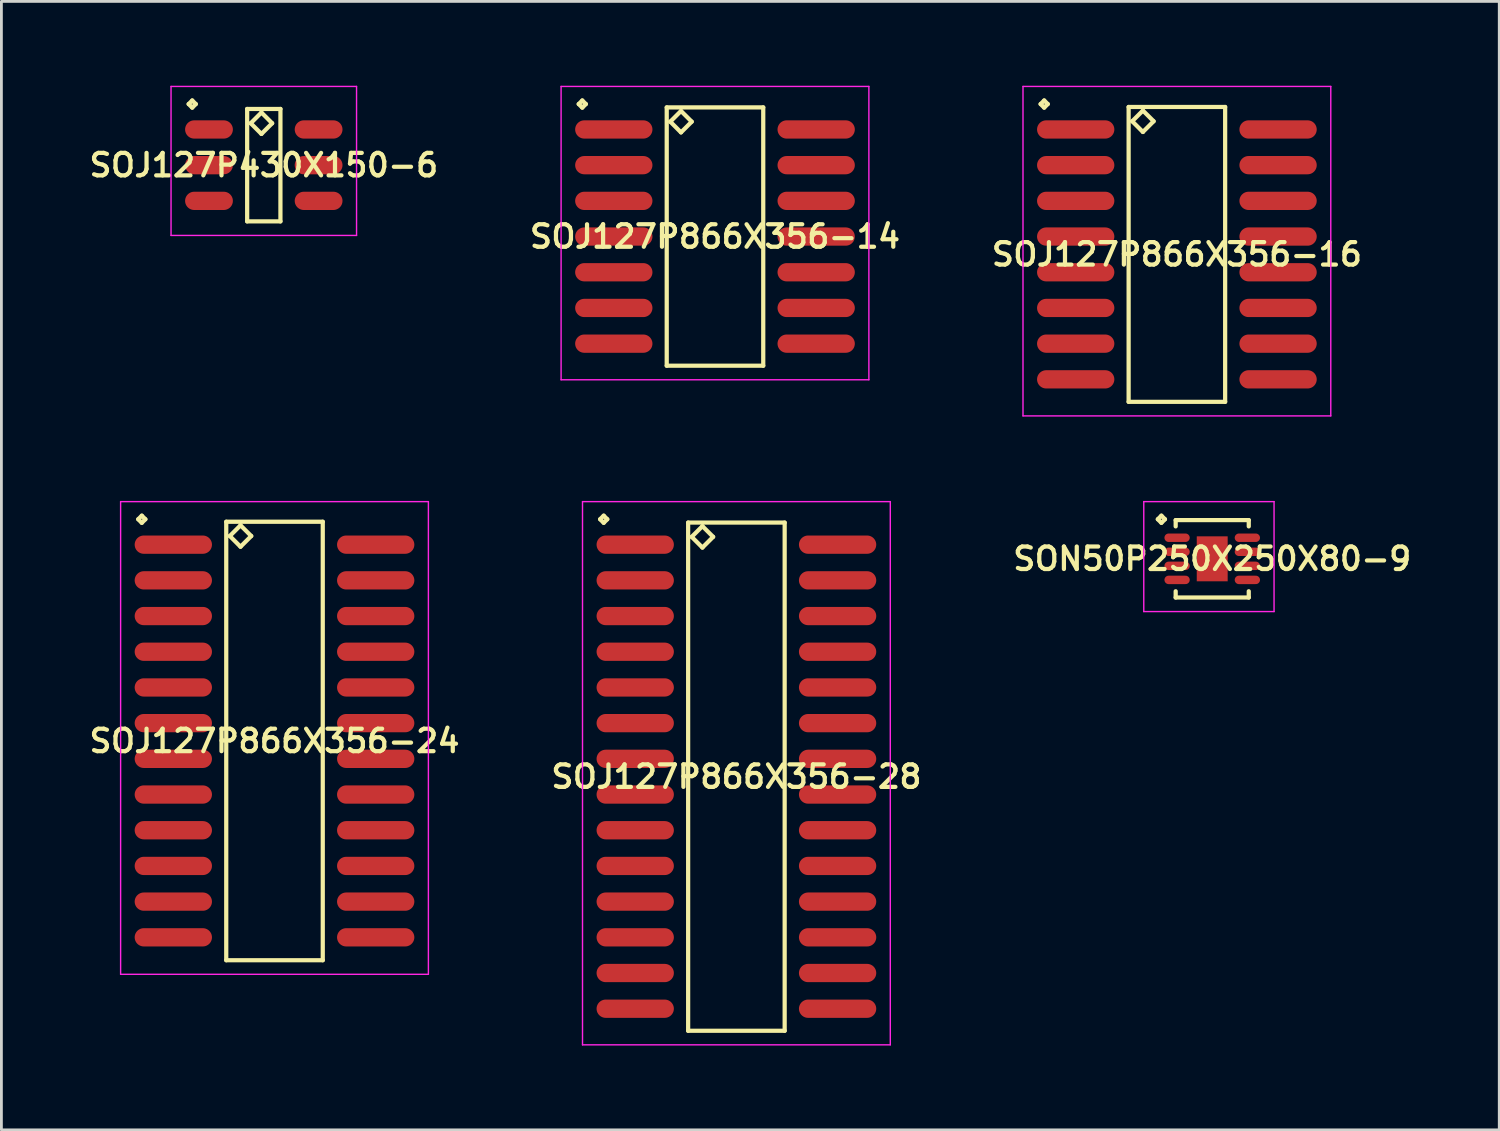
<source format=kicad_pcb>
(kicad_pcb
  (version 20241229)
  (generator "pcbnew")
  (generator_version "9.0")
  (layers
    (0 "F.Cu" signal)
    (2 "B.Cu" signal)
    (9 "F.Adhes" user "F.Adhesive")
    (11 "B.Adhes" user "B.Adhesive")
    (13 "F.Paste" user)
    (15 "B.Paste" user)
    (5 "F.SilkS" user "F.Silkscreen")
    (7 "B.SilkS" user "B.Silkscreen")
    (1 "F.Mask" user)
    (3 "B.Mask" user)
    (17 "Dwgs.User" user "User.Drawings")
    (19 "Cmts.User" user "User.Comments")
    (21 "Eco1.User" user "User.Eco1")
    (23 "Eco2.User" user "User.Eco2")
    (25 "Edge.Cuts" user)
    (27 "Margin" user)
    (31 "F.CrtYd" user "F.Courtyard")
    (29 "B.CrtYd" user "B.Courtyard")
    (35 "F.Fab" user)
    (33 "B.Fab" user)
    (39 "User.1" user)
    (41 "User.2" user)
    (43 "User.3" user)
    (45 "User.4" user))
  (footprint "SOJ127P866X356-28"
    (layer "F.Cu")
    (at 23.149 24.582)
    (property "Reference" "SOJ127P866X356-28" (at 0 0 0) (layer "F.SilkS") (effects (font (size 0.8 0.8) (thickness 0.15))))
    (attr smd)
    (fp_line (start -4.848 -9.159) (end -4.721 -9.286) (stroke (width 0.15) (type solid)) (layer "F.SilkS"))
    (fp_line (start -4.721 -9.286) (end -4.594 -9.159) (stroke (width 0.15) (type solid)) (layer "F.SilkS"))
    (fp_line (start -4.721 -9.032) (end -4.848 -9.159) (stroke (width 0.15) (type solid)) (layer "F.SilkS"))
    (fp_line (start -4.594 -9.159) (end -4.721 -9.032) (stroke (width 0.15) (type solid)) (layer "F.SilkS"))
    (fp_line (start -1.717 -9.04) (end -1.717 9.04) (stroke (width 0.15) (type solid)) (layer "F.SilkS"))
    (fp_line (start -1.717 9.04) (end 1.717 9.04) (stroke (width 0.15) (type solid)) (layer "F.SilkS"))
    (fp_line (start -1.59 -8.532) (end -1.209 -8.913) (stroke (width 0.15) (type solid)) (layer "F.SilkS"))
    (fp_line (start -1.209 -8.913) (end -0.828 -8.532) (stroke (width 0.15) (type solid)) (layer "F.SilkS"))
    (fp_line (start -1.209 -8.151) (end -1.59 -8.532) (stroke (width 0.15) (type solid)) (layer "F.SilkS"))
    (fp_line (start -0.828 -8.532) (end -1.209 -8.151) (stroke (width 0.15) (type solid)) (layer "F.SilkS"))
    (fp_line (start 1.717 -9.04) (end -1.717 -9.04) (stroke (width 0.15) (type solid)) (layer "F.SilkS"))
    (fp_line (start 1.717 9.04) (end 1.717 -9.04) (stroke (width 0.15) (type solid)) (layer "F.SilkS"))
    (fp_line (start -5.475 -9.786) (end 5.475 -9.786) (stroke (width 0.05) (type solid)) (layer "F.CrtYd"))
    (fp_line (start -5.475 9.54) (end -5.475 -9.786) (stroke (width 0.05) (type solid)) (layer "F.CrtYd"))
    (fp_line (start 5.475 -9.786) (end 5.475 9.54) (stroke (width 0.05) (type solid)) (layer "F.CrtYd"))
    (fp_line (start 5.475 9.54) (end -5.475 9.54) (stroke (width 0.05) (type solid)) (layer "F.CrtYd"))
    (pad "1" smd oval (at -3.6 -8.255) (size 2.75 0.65) (layers "F.Cu" "F.Mask" "F.Paste"))
    (pad "2" smd oval (at -3.6 -6.985) (size 2.75 0.65) (layers "F.Cu" "F.Mask" "F.Paste"))
    (pad "3" smd oval (at -3.6 -5.715) (size 2.75 0.65) (layers "F.Cu" "F.Mask" "F.Paste"))
    (pad "4" smd oval (at -3.6 -4.445) (size 2.75 0.65) (layers "F.Cu" "F.Mask" "F.Paste"))
    (pad "5" smd oval (at -3.6 -3.175) (size 2.75 0.65) (layers "F.Cu" "F.Mask" "F.Paste"))
    (pad "6" smd oval (at -3.6 -1.905) (size 2.75 0.65) (layers "F.Cu" "F.Mask" "F.Paste"))
    (pad "7" smd oval (at -3.6 -0.635) (size 2.75 0.65) (layers "F.Cu" "F.Mask" "F.Paste"))
    (pad "8" smd oval (at -3.6 0.635) (size 2.75 0.65) (layers "F.Cu" "F.Mask" "F.Paste"))
    (pad "9" smd oval (at -3.6 1.905) (size 2.75 0.65) (layers "F.Cu" "F.Mask" "F.Paste"))
    (pad "10" smd oval (at -3.6 3.175) (size 2.75 0.65) (layers "F.Cu" "F.Mask" "F.Paste"))
    (pad "11" smd oval (at -3.6 4.445) (size 2.75 0.65) (layers "F.Cu" "F.Mask" "F.Paste"))
    (pad "12" smd oval (at -3.6 5.715) (size 2.75 0.65) (layers "F.Cu" "F.Mask" "F.Paste"))
    (pad "13" smd oval (at -3.6 6.985) (size 2.75 0.65) (layers "F.Cu" "F.Mask" "F.Paste"))
    (pad "14" smd oval (at -3.6 8.255) (size 2.75 0.65) (layers "F.Cu" "F.Mask" "F.Paste"))
    (pad "15" smd oval (at 3.6 8.255) (size 2.75 0.65) (layers "F.Cu" "F.Mask" "F.Paste"))
    (pad "16" smd oval (at 3.6 6.985) (size 2.75 0.65) (layers "F.Cu" "F.Mask" "F.Paste"))
    (pad "17" smd oval (at 3.6 5.715) (size 2.75 0.65) (layers "F.Cu" "F.Mask" "F.Paste"))
    (pad "18" smd oval (at 3.6 4.445) (size 2.75 0.65) (layers "F.Cu" "F.Mask" "F.Paste"))
    (pad "19" smd oval (at 3.6 3.175) (size 2.75 0.65) (layers "F.Cu" "F.Mask" "F.Paste"))
    (pad "20" smd oval (at 3.6 1.905) (size 2.75 0.65) (layers "F.Cu" "F.Mask" "F.Paste"))
    (pad "21" smd oval (at 3.6 0.635) (size 2.75 0.65) (layers "F.Cu" "F.Mask" "F.Paste"))
    (pad "22" smd oval (at 3.6 -0.635) (size 2.75 0.65) (layers "F.Cu" "F.Mask" "F.Paste"))
    (pad "23" smd oval (at 3.6 -1.905) (size 2.75 0.65) (layers "F.Cu" "F.Mask" "F.Paste"))
    (pad "24" smd oval (at 3.6 -3.175) (size 2.75 0.65) (layers "F.Cu" "F.Mask" "F.Paste"))
    (pad "25" smd oval (at 3.6 -4.445) (size 2.75 0.65) (layers "F.Cu" "F.Mask" "F.Paste"))
    (pad "26" smd oval (at 3.6 -5.715) (size 2.75 0.65) (layers "F.Cu" "F.Mask" "F.Paste"))
    (pad "27" smd oval (at 3.6 -6.985) (size 2.75 0.65) (layers "F.Cu" "F.Mask" "F.Paste"))
    (pad "28" smd oval (at 3.6 -8.255) (size 2.75 0.65) (layers "F.Cu" "F.Mask" "F.Paste")))
  (footprint "SOJ127P866X356-16"
    (layer "F.Cu")
    (at 38.82 6.001)
    (property "Reference" "SOJ127P866X356-16" (at 0 0 0) (layer "F.SilkS") (effects (font (size 0.8 0.8) (thickness 0.15))))
    (attr smd)
    (fp_line (start -4.848 -5.349) (end -4.721 -5.476) (stroke (width 0.15) (type solid)) (layer "F.SilkS"))
    (fp_line (start -4.721 -5.476) (end -4.594 -5.349) (stroke (width 0.15) (type solid)) (layer "F.SilkS"))
    (fp_line (start -4.721 -5.222) (end -4.848 -5.349) (stroke (width 0.15) (type solid)) (layer "F.SilkS"))
    (fp_line (start -4.594 -5.349) (end -4.721 -5.222) (stroke (width 0.15) (type solid)) (layer "F.SilkS"))
    (fp_line (start -1.717 -5.245) (end -1.717 5.245) (stroke (width 0.15) (type solid)) (layer "F.SilkS"))
    (fp_line (start -1.717 5.245) (end 1.717 5.245) (stroke (width 0.15) (type solid)) (layer "F.SilkS"))
    (fp_line (start -1.59 -4.737) (end -1.209 -5.118) (stroke (width 0.15) (type solid)) (layer "F.SilkS"))
    (fp_line (start -1.209 -5.118) (end -0.828 -4.737) (stroke (width 0.15) (type solid)) (layer "F.SilkS"))
    (fp_line (start -1.209 -4.356) (end -1.59 -4.737) (stroke (width 0.15) (type solid)) (layer "F.SilkS"))
    (fp_line (start -0.828 -4.737) (end -1.209 -4.356) (stroke (width 0.15) (type solid)) (layer "F.SilkS"))
    (fp_line (start 1.717 -5.245) (end -1.717 -5.245) (stroke (width 0.15) (type solid)) (layer "F.SilkS"))
    (fp_line (start 1.717 5.245) (end 1.717 -5.245) (stroke (width 0.15) (type solid)) (layer "F.SilkS"))
    (fp_line (start -5.475 -5.976) (end 5.475 -5.976) (stroke (width 0.05) (type solid)) (layer "F.CrtYd"))
    (fp_line (start -5.475 5.745) (end -5.475 -5.976) (stroke (width 0.05) (type solid)) (layer "F.CrtYd"))
    (fp_line (start 5.475 -5.976) (end 5.475 5.745) (stroke (width 0.05) (type solid)) (layer "F.CrtYd"))
    (fp_line (start 5.475 5.745) (end -5.475 5.745) (stroke (width 0.05) (type solid)) (layer "F.CrtYd"))
    (pad "1" smd oval (at -3.6 -4.445) (size 2.75 0.65) (layers "F.Cu" "F.Mask" "F.Paste"))
    (pad "2" smd oval (at -3.6 -3.175) (size 2.75 0.65) (layers "F.Cu" "F.Mask" "F.Paste"))
    (pad "3" smd oval (at -3.6 -1.905) (size 2.75 0.65) (layers "F.Cu" "F.Mask" "F.Paste"))
    (pad "4" smd oval (at -3.6 -0.635) (size 2.75 0.65) (layers "F.Cu" "F.Mask" "F.Paste"))
    (pad "5" smd oval (at -3.6 0.635) (size 2.75 0.65) (layers "F.Cu" "F.Mask" "F.Paste"))
    (pad "6" smd oval (at -3.6 1.905) (size 2.75 0.65) (layers "F.Cu" "F.Mask" "F.Paste"))
    (pad "7" smd oval (at -3.6 3.175) (size 2.75 0.65) (layers "F.Cu" "F.Mask" "F.Paste"))
    (pad "8" smd oval (at -3.6 4.445) (size 2.75 0.65) (layers "F.Cu" "F.Mask" "F.Paste"))
    (pad "9" smd oval (at 3.6 4.445) (size 2.75 0.65) (layers "F.Cu" "F.Mask" "F.Paste"))
    (pad "10" smd oval (at 3.6 3.175) (size 2.75 0.65) (layers "F.Cu" "F.Mask" "F.Paste"))
    (pad "11" smd oval (at 3.6 1.905) (size 2.75 0.65) (layers "F.Cu" "F.Mask" "F.Paste"))
    (pad "12" smd oval (at 3.6 0.635) (size 2.75 0.65) (layers "F.Cu" "F.Mask" "F.Paste"))
    (pad "13" smd oval (at 3.6 -0.635) (size 2.75 0.65) (layers "F.Cu" "F.Mask" "F.Paste"))
    (pad "14" smd oval (at 3.6 -1.905) (size 2.75 0.65) (layers "F.Cu" "F.Mask" "F.Paste"))
    (pad "15" smd oval (at 3.6 -3.175) (size 2.75 0.65) (layers "F.Cu" "F.Mask" "F.Paste"))
    (pad "16" smd oval (at 3.6 -4.445) (size 2.75 0.65) (layers "F.Cu" "F.Mask" "F.Paste")))
  (footprint "SOJ127P430X150-6"
    (layer "F.Cu")
    (at 6.335 2.826)
    (property "Reference" "SOJ127P430X150-6" (at 0 0 0) (layer "F.SilkS") (effects (font (size 0.8 0.8) (thickness 0.15))))
    (attr smd)
    (fp_line (start -2.673 -2.174) (end -2.546 -2.301) (stroke (width 0.15) (type solid)) (layer "F.SilkS"))
    (fp_line (start -2.546 -2.301) (end -2.419 -2.174) (stroke (width 0.15) (type solid)) (layer "F.SilkS"))
    (fp_line (start -2.546 -2.047) (end -2.673 -2.174) (stroke (width 0.15) (type solid)) (layer "F.SilkS"))
    (fp_line (start -2.419 -2.174) (end -2.546 -2.047) (stroke (width 0.15) (type solid)) (layer "F.SilkS"))
    (fp_line (start -0.592 -2) (end -0.592 2) (stroke (width 0.15) (type solid)) (layer "F.SilkS"))
    (fp_line (start -0.592 2) (end 0.592 2) (stroke (width 0.15) (type solid)) (layer "F.SilkS"))
    (fp_line (start -0.465 -1.492) (end -0.084 -1.873) (stroke (width 0.15) (type solid)) (layer "F.SilkS"))
    (fp_line (start -0.084 -1.873) (end 0.297 -1.492) (stroke (width 0.15) (type solid)) (layer "F.SilkS"))
    (fp_line (start -0.084 -1.111) (end -0.465 -1.492) (stroke (width 0.15) (type solid)) (layer "F.SilkS"))
    (fp_line (start 0.297 -1.492) (end -0.084 -1.111) (stroke (width 0.15) (type solid)) (layer "F.SilkS"))
    (fp_line (start 0.592 -2) (end -0.592 -2) (stroke (width 0.15) (type solid)) (layer "F.SilkS"))
    (fp_line (start 0.592 2) (end 0.592 -2) (stroke (width 0.15) (type solid)) (layer "F.SilkS"))
    (fp_line (start -3.3 -2.801) (end 3.3 -2.801) (stroke (width 0.05) (type solid)) (layer "F.CrtYd"))
    (fp_line (start -3.3 2.5) (end -3.3 -2.801) (stroke (width 0.05) (type solid)) (layer "F.CrtYd"))
    (fp_line (start 3.3 -2.801) (end 3.3 2.5) (stroke (width 0.05) (type solid)) (layer "F.CrtYd"))
    (fp_line (start 3.3 2.5) (end -3.3 2.5) (stroke (width 0.05) (type solid)) (layer "F.CrtYd"))
    (pad "1" smd oval (at -1.95 -1.27) (size 1.7 0.65) (layers "F.Cu" "F.Mask" "F.Paste"))
    (pad "2" smd oval (at -1.95 0) (size 1.7 0.65) (layers "F.Cu" "F.Mask" "F.Paste"))
    (pad "3" smd oval (at -1.95 1.27) (size 1.7 0.65) (layers "F.Cu" "F.Mask" "F.Paste"))
    (pad "4" smd oval (at 1.95 1.27) (size 1.7 0.65) (layers "F.Cu" "F.Mask" "F.Paste"))
    (pad "5" smd oval (at 1.95 0) (size 1.7 0.65) (layers "F.Cu" "F.Mask" "F.Paste"))
    (pad "6" smd oval (at 1.95 -1.27) (size 1.7 0.65) (layers "F.Cu" "F.Mask" "F.Paste")))
  (footprint "SOJ127P866X356-14"
    (layer "F.Cu")
    (at 22.387 5.366)
    (property "Reference" "SOJ127P866X356-14" (at 0 0 0) (layer "F.SilkS") (effects (font (size 0.8 0.8) (thickness 0.15))))
    (attr smd)
    (fp_line (start -4.848 -4.714) (end -4.721 -4.841) (stroke (width 0.15) (type solid)) (layer "F.SilkS"))
    (fp_line (start -4.721 -4.841) (end -4.594 -4.714) (stroke (width 0.15) (type solid)) (layer "F.SilkS"))
    (fp_line (start -4.721 -4.587) (end -4.848 -4.714) (stroke (width 0.15) (type solid)) (layer "F.SilkS"))
    (fp_line (start -4.594 -4.714) (end -4.721 -4.587) (stroke (width 0.15) (type solid)) (layer "F.SilkS"))
    (fp_line (start -1.717 -4.595) (end -1.717 4.595) (stroke (width 0.15) (type solid)) (layer "F.SilkS"))
    (fp_line (start -1.717 4.595) (end 1.717 4.595) (stroke (width 0.15) (type solid)) (layer "F.SilkS"))
    (fp_line (start -1.59 -4.087) (end -1.209 -4.468) (stroke (width 0.15) (type solid)) (layer "F.SilkS"))
    (fp_line (start -1.209 -4.468) (end -0.828 -4.087) (stroke (width 0.15) (type solid)) (layer "F.SilkS"))
    (fp_line (start -1.209 -3.706) (end -1.59 -4.087) (stroke (width 0.15) (type solid)) (layer "F.SilkS"))
    (fp_line (start -0.828 -4.087) (end -1.209 -3.706) (stroke (width 0.15) (type solid)) (layer "F.SilkS"))
    (fp_line (start 1.717 -4.595) (end -1.717 -4.595) (stroke (width 0.15) (type solid)) (layer "F.SilkS"))
    (fp_line (start 1.717 4.595) (end 1.717 -4.595) (stroke (width 0.15) (type solid)) (layer "F.SilkS"))
    (fp_line (start -5.475 -5.341) (end 5.475 -5.341) (stroke (width 0.05) (type solid)) (layer "F.CrtYd"))
    (fp_line (start -5.475 5.095) (end -5.475 -5.341) (stroke (width 0.05) (type solid)) (layer "F.CrtYd"))
    (fp_line (start 5.475 -5.341) (end 5.475 5.095) (stroke (width 0.05) (type solid)) (layer "F.CrtYd"))
    (fp_line (start 5.475 5.095) (end -5.475 5.095) (stroke (width 0.05) (type solid)) (layer "F.CrtYd"))
    (pad "1" smd oval (at -3.6 -3.81) (size 2.75 0.65) (layers "F.Cu" "F.Mask" "F.Paste"))
    (pad "2" smd oval (at -3.6 -2.54) (size 2.75 0.65) (layers "F.Cu" "F.Mask" "F.Paste"))
    (pad "3" smd oval (at -3.6 -1.27) (size 2.75 0.65) (layers "F.Cu" "F.Mask" "F.Paste"))
    (pad "4" smd oval (at -3.6 0) (size 2.75 0.65) (layers "F.Cu" "F.Mask" "F.Paste"))
    (pad "5" smd oval (at -3.6 1.27) (size 2.75 0.65) (layers "F.Cu" "F.Mask" "F.Paste"))
    (pad "6" smd oval (at -3.6 2.54) (size 2.75 0.65) (layers "F.Cu" "F.Mask" "F.Paste"))
    (pad "7" smd oval (at -3.6 3.81) (size 2.75 0.65) (layers "F.Cu" "F.Mask" "F.Paste"))
    (pad "8" smd oval (at 3.6 3.81) (size 2.75 0.65) (layers "F.Cu" "F.Mask" "F.Paste"))
    (pad "9" smd oval (at 3.6 2.54) (size 2.75 0.65) (layers "F.Cu" "F.Mask" "F.Paste"))
    (pad "10" smd oval (at 3.6 1.27) (size 2.75 0.65) (layers "F.Cu" "F.Mask" "F.Paste"))
    (pad "11" smd oval (at 3.6 0) (size 2.75 0.65) (layers "F.Cu" "F.Mask" "F.Paste"))
    (pad "12" smd oval (at 3.6 -1.27) (size 2.75 0.65) (layers "F.Cu" "F.Mask" "F.Paste"))
    (pad "13" smd oval (at 3.6 -2.54) (size 2.75 0.65) (layers "F.Cu" "F.Mask" "F.Paste"))
    (pad "14" smd oval (at 3.6 -3.81) (size 2.75 0.65) (layers "F.Cu" "F.Mask" "F.Paste")))
  (footprint "SON50P250X250X80-9"
    (layer "F.Cu")
    (at 40.077 16.831)
    (property "Reference" "SON50P250X250X80-9" (at 0 0 0) (layer "F.SilkS") (effects (font (size 0.8 0.8) (thickness 0.15))))
    (attr smd)
    (fp_line (start -1.935 -1.408) (end -1.808 -1.535) (stroke (width 0.15) (type solid)) (layer "F.SilkS"))
    (fp_line (start -1.808 -1.535) (end -1.681 -1.408) (stroke (width 0.15) (type solid)) (layer "F.SilkS"))
    (fp_line (start -1.808 -1.281) (end -1.935 -1.408) (stroke (width 0.15) (type solid)) (layer "F.SilkS"))
    (fp_line (start -1.681 -1.408) (end -1.808 -1.281) (stroke (width 0.15) (type solid)) (layer "F.SilkS"))
    (fp_line (start -1.3 -1.377) (end 1.3 -1.377) (stroke (width 0.15) (type solid)) (layer "F.SilkS"))
    (fp_line (start -1.3 -1.154) (end -1.3 -1.377) (stroke (width 0.15) (type solid)) (layer "F.SilkS"))
    (fp_line (start -1.3 1.154) (end -1.3 1.377) (stroke (width 0.15) (type solid)) (layer "F.SilkS"))
    (fp_line (start -1.3 1.377) (end 1.3 1.377) (stroke (width 0.15) (type solid)) (layer "F.SilkS"))
    (fp_line (start 1.3 -1.377) (end 1.3 -1.154) (stroke (width 0.15) (type solid)) (layer "F.SilkS"))
    (fp_line (start 1.3 1.377) (end 1.3 1.154) (stroke (width 0.15) (type solid)) (layer "F.SilkS"))
    (fp_line (start -2.435 -2.035) (end 2.2 -2.035) (stroke (width 0.05) (type solid)) (layer "F.CrtYd"))
    (fp_line (start -2.435 1.877) (end -2.435 -2.035) (stroke (width 0.05) (type solid)) (layer "F.CrtYd"))
    (fp_line (start 2.2 -2.035) (end 2.2 1.877) (stroke (width 0.05) (type solid)) (layer "F.CrtYd"))
    (fp_line (start 2.2 1.877) (end -2.435 1.877) (stroke (width 0.05) (type solid)) (layer "F.CrtYd"))
    (pad "1" smd oval (at -1.25 -0.75) (size 0.9 0.3) (layers "F.Cu" "F.Mask" "F.Paste"))
    (pad "2" smd oval (at -1.25 -0.25) (size 0.9 0.3) (layers "F.Cu" "F.Mask" "F.Paste"))
    (pad "3" smd oval (at -1.25 0.25) (size 0.9 0.3) (layers "F.Cu" "F.Mask" "F.Paste"))
    (pad "4" smd oval (at -1.25 0.75) (size 0.9 0.3) (layers "F.Cu" "F.Mask" "F.Paste"))
    (pad "5" smd oval (at 1.25 0.75) (size 0.9 0.3) (layers "F.Cu" "F.Mask" "F.Paste"))
    (pad "6" smd oval (at 1.25 0.25) (size 0.9 0.3) (layers "F.Cu" "F.Mask" "F.Paste"))
    (pad "7" smd oval (at 1.25 -0.25) (size 0.9 0.3) (layers "F.Cu" "F.Mask" "F.Paste"))
    (pad "8" smd oval (at 1.25 -0.75) (size 0.9 0.3) (layers "F.Cu" "F.Mask" "F.Paste"))
    (pad "9" smd rect (at 0 0) (size 1.1 1.6) (layers "F.Cu" "F.Mask" "F.Paste")))
  (footprint "SOJ127P866X356-24"
    (layer "F.Cu")
    (at 6.716 23.312)
    (property "Reference" "SOJ127P866X356-24" (at 0 0 0) (layer "F.SilkS") (effects (font (size 0.8 0.8) (thickness 0.15))))
    (attr smd)
    (fp_line (start -4.848 -7.889) (end -4.721 -8.016) (stroke (width 0.15) (type solid)) (layer "F.SilkS"))
    (fp_line (start -4.721 -8.016) (end -4.594 -7.889) (stroke (width 0.15) (type solid)) (layer "F.SilkS"))
    (fp_line (start -4.721 -7.762) (end -4.848 -7.889) (stroke (width 0.15) (type solid)) (layer "F.SilkS"))
    (fp_line (start -4.594 -7.889) (end -4.721 -7.762) (stroke (width 0.15) (type solid)) (layer "F.SilkS"))
    (fp_line (start -1.717 -7.8) (end -1.717 7.8) (stroke (width 0.15) (type solid)) (layer "F.SilkS"))
    (fp_line (start -1.717 7.8) (end 1.717 7.8) (stroke (width 0.15) (type solid)) (layer "F.SilkS"))
    (fp_line (start -1.59 -7.292) (end -1.209 -7.673) (stroke (width 0.15) (type solid)) (layer "F.SilkS"))
    (fp_line (start -1.209 -7.673) (end -0.828 -7.292) (stroke (width 0.15) (type solid)) (layer "F.SilkS"))
    (fp_line (start -1.209 -6.911) (end -1.59 -7.292) (stroke (width 0.15) (type solid)) (layer "F.SilkS"))
    (fp_line (start -0.828 -7.292) (end -1.209 -6.911) (stroke (width 0.15) (type solid)) (layer "F.SilkS"))
    (fp_line (start 1.717 -7.8) (end -1.717 -7.8) (stroke (width 0.15) (type solid)) (layer "F.SilkS"))
    (fp_line (start 1.717 7.8) (end 1.717 -7.8) (stroke (width 0.15) (type solid)) (layer "F.SilkS"))
    (fp_line (start -5.475 -8.516) (end 5.475 -8.516) (stroke (width 0.05) (type solid)) (layer "F.CrtYd"))
    (fp_line (start -5.475 8.3) (end -5.475 -8.516) (stroke (width 0.05) (type solid)) (layer "F.CrtYd"))
    (fp_line (start 5.475 -8.516) (end 5.475 8.3) (stroke (width 0.05) (type solid)) (layer "F.CrtYd"))
    (fp_line (start 5.475 8.3) (end -5.475 8.3) (stroke (width 0.05) (type solid)) (layer "F.CrtYd"))
    (pad "1" smd oval (at -3.6 -6.985) (size 2.75 0.65) (layers "F.Cu" "F.Mask" "F.Paste"))
    (pad "2" smd oval (at -3.6 -5.715) (size 2.75 0.65) (layers "F.Cu" "F.Mask" "F.Paste"))
    (pad "3" smd oval (at -3.6 -4.445) (size 2.75 0.65) (layers "F.Cu" "F.Mask" "F.Paste"))
    (pad "4" smd oval (at -3.6 -3.175) (size 2.75 0.65) (layers "F.Cu" "F.Mask" "F.Paste"))
    (pad "5" smd oval (at -3.6 -1.905) (size 2.75 0.65) (layers "F.Cu" "F.Mask" "F.Paste"))
    (pad "6" smd oval (at -3.6 -0.635) (size 2.75 0.65) (layers "F.Cu" "F.Mask" "F.Paste"))
    (pad "7" smd oval (at -3.6 0.635) (size 2.75 0.65) (layers "F.Cu" "F.Mask" "F.Paste"))
    (pad "8" smd oval (at -3.6 1.905) (size 2.75 0.65) (layers "F.Cu" "F.Mask" "F.Paste"))
    (pad "9" smd oval (at -3.6 3.175) (size 2.75 0.65) (layers "F.Cu" "F.Mask" "F.Paste"))
    (pad "10" smd oval (at -3.6 4.445) (size 2.75 0.65) (layers "F.Cu" "F.Mask" "F.Paste"))
    (pad "11" smd oval (at -3.6 5.715) (size 2.75 0.65) (layers "F.Cu" "F.Mask" "F.Paste"))
    (pad "12" smd oval (at -3.6 6.985) (size 2.75 0.65) (layers "F.Cu" "F.Mask" "F.Paste"))
    (pad "13" smd oval (at 3.6 6.985) (size 2.75 0.65) (layers "F.Cu" "F.Mask" "F.Paste"))
    (pad "14" smd oval (at 3.6 5.715) (size 2.75 0.65) (layers "F.Cu" "F.Mask" "F.Paste"))
    (pad "15" smd oval (at 3.6 4.445) (size 2.75 0.65) (layers "F.Cu" "F.Mask" "F.Paste"))
    (pad "16" smd oval (at 3.6 3.175) (size 2.75 0.65) (layers "F.Cu" "F.Mask" "F.Paste"))
    (pad "17" smd oval (at 3.6 1.905) (size 2.75 0.65) (layers "F.Cu" "F.Mask" "F.Paste"))
    (pad "18" smd oval (at 3.6 0.635) (size 2.75 0.65) (layers "F.Cu" "F.Mask" "F.Paste"))
    (pad "19" smd oval (at 3.6 -0.635) (size 2.75 0.65) (layers "F.Cu" "F.Mask" "F.Paste"))
    (pad "20" smd oval (at 3.6 -1.905) (size 2.75 0.65) (layers "F.Cu" "F.Mask" "F.Paste"))
    (pad "21" smd oval (at 3.6 -3.175) (size 2.75 0.65) (layers "F.Cu" "F.Mask" "F.Paste"))
    (pad "22" smd oval (at 3.6 -4.445) (size 2.75 0.65) (layers "F.Cu" "F.Mask" "F.Paste"))
    (pad "23" smd oval (at 3.6 -5.715) (size 2.75 0.65) (layers "F.Cu" "F.Mask" "F.Paste"))
    (pad "24" smd oval (at 3.6 -6.985) (size 2.75 0.65) (layers "F.Cu" "F.Mask" "F.Paste")))
  (gr_rect
    (start -3 -3)
    (end 50.289 37.147)
    (stroke (width 0.1) (type default))
    (fill no)
    (layer "Edge.Cuts")))
</source>
